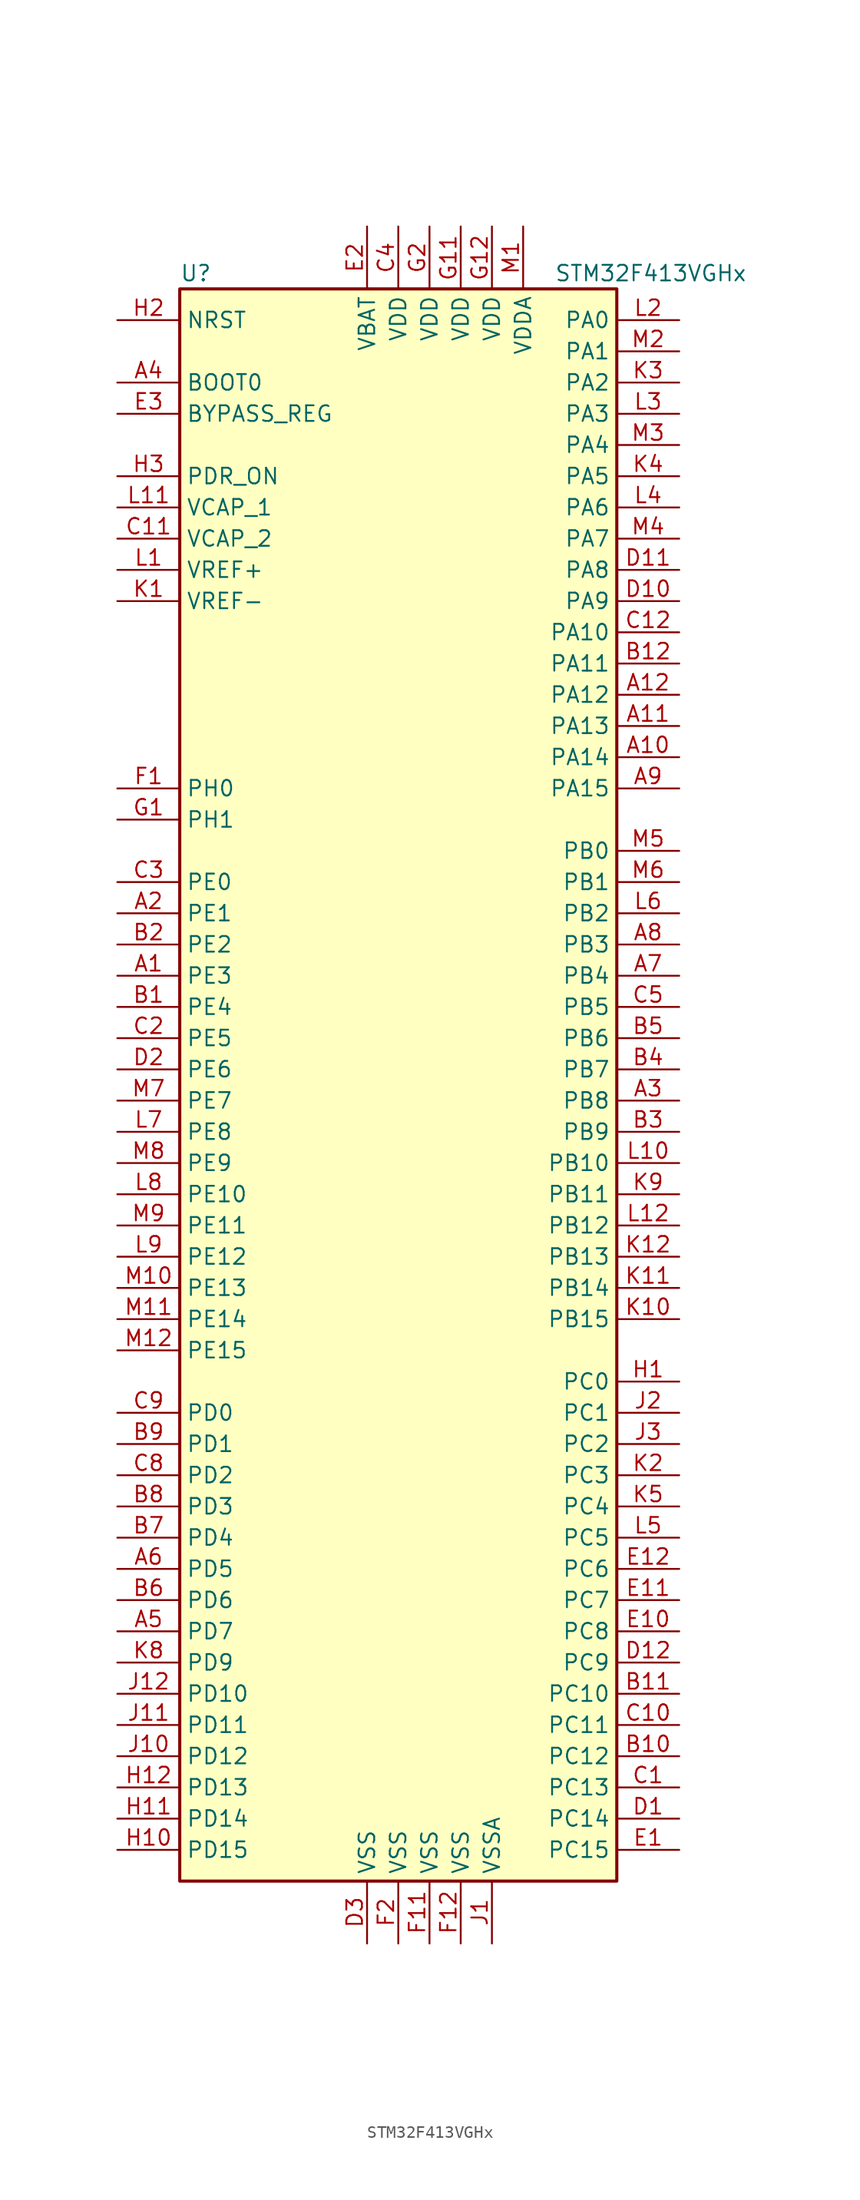
<source format=kicad_sym>
(kicad_symbol_lib
  (version 20220914)
  (generator kicad_symbol_editor)
  (symbol "STM32F413VGHx"
    (property "Reference" "U"
      (at -17.78 64.77 0)
      (effects (font (size 1.27 1.27)) (justify left)))
    (property "Value" "STM32F413VGHx"
      (at 12.7 64.77 0)
      (effects (font (size 1.27 1.27)) (justify left)))
    (symbol "STM32F413VGHx_0_1"
      (rectangle (start -17.78 -66.04) (end 17.78 63.5) (stroke (width 0.254) (type default)) (fill (type background))))
    (symbol "STM32F413VGHx_1_1"
      (pin bidirectional line (at -22.86 7.62 0) (length 5.08) (name "PE3" (effects (font (size 1.27 1.27)))) (number "A1" (effects (font (size 1.27 1.27)))))
      (pin bidirectional line (at 22.86 25.4 180) (length 5.08) (name "PA14" (effects (font (size 1.27 1.27)))) (number "A10" (effects (font (size 1.27 1.27)))))
      (pin bidirectional line (at 22.86 27.94 180) (length 5.08) (name "PA13" (effects (font (size 1.27 1.27)))) (number "A11" (effects (font (size 1.27 1.27)))))
      (pin bidirectional line (at 22.86 30.48 180) (length 5.08) (name "PA12" (effects (font (size 1.27 1.27)))) (number "A12" (effects (font (size 1.27 1.27)))))
      (pin bidirectional line (at -22.86 12.7 0) (length 5.08) (name "PE1" (effects (font (size 1.27 1.27)))) (number "A2" (effects (font (size 1.27 1.27)))))
      (pin bidirectional line (at 22.86 -2.54 180) (length 5.08) (name "PB8" (effects (font (size 1.27 1.27)))) (number "A3" (effects (font (size 1.27 1.27)))))
      (pin input line (at -22.86 55.88 0) (length 5.08) (name "BOOT0" (effects (font (size 1.27 1.27)))) (number "A4" (effects (font (size 1.27 1.27)))))
      (pin bidirectional line (at -22.86 -45.72 0) (length 5.08) (name "PD7" (effects (font (size 1.27 1.27)))) (number "A5" (effects (font (size 1.27 1.27)))))
      (pin bidirectional line (at -22.86 -40.64 0) (length 5.08) (name "PD5" (effects (font (size 1.27 1.27)))) (number "A6" (effects (font (size 1.27 1.27)))))
      (pin bidirectional line (at 22.86 7.62 180) (length 5.08) (name "PB4" (effects (font (size 1.27 1.27)))) (number "A7" (effects (font (size 1.27 1.27)))))
      (pin bidirectional line (at 22.86 10.16 180) (length 5.08) (name "PB3" (effects (font (size 1.27 1.27)))) (number "A8" (effects (font (size 1.27 1.27)))))
      (pin bidirectional line (at 22.86 22.86 180) (length 5.08) (name "PA15" (effects (font (size 1.27 1.27)))) (number "A9" (effects (font (size 1.27 1.27)))))
      (pin bidirectional line (at -22.86 5.08 0) (length 5.08) (name "PE4" (effects (font (size 1.27 1.27)))) (number "B1" (effects (font (size 1.27 1.27)))))
      (pin bidirectional line (at 22.86 -55.88 180) (length 5.08) (name "PC12" (effects (font (size 1.27 1.27)))) (number "B10" (effects (font (size 1.27 1.27)))))
      (pin bidirectional line (at 22.86 -50.8 180) (length 5.08) (name "PC10" (effects (font (size 1.27 1.27)))) (number "B11" (effects (font (size 1.27 1.27)))))
      (pin bidirectional line (at 22.86 33.02 180) (length 5.08) (name "PA11" (effects (font (size 1.27 1.27)))) (number "B12" (effects (font (size 1.27 1.27)))))
      (pin bidirectional line (at -22.86 10.16 0) (length 5.08) (name "PE2" (effects (font (size 1.27 1.27)))) (number "B2" (effects (font (size 1.27 1.27)))))
      (pin bidirectional line (at 22.86 -5.08 180) (length 5.08) (name "PB9" (effects (font (size 1.27 1.27)))) (number "B3" (effects (font (size 1.27 1.27)))))
      (pin bidirectional line (at 22.86 0 180) (length 5.08) (name "PB7" (effects (font (size 1.27 1.27)))) (number "B4" (effects (font (size 1.27 1.27)))))
      (pin bidirectional line (at 22.86 2.54 180) (length 5.08) (name "PB6" (effects (font (size 1.27 1.27)))) (number "B5" (effects (font (size 1.27 1.27)))))
      (pin bidirectional line (at -22.86 -43.18 0) (length 5.08) (name "PD6" (effects (font (size 1.27 1.27)))) (number "B6" (effects (font (size 1.27 1.27)))))
      (pin bidirectional line (at -22.86 -38.1 0) (length 5.08) (name "PD4" (effects (font (size 1.27 1.27)))) (number "B7" (effects (font (size 1.27 1.27)))))
      (pin bidirectional line (at -22.86 -35.56 0) (length 5.08) (name "PD3" (effects (font (size 1.27 1.27)))) (number "B8" (effects (font (size 1.27 1.27)))))
      (pin bidirectional line (at -22.86 -30.48 0) (length 5.08) (name "PD1" (effects (font (size 1.27 1.27)))) (number "B9" (effects (font (size 1.27 1.27)))))
      (pin bidirectional line (at 22.86 -58.42 180) (length 5.08) (name "PC13" (effects (font (size 1.27 1.27)))) (number "C1" (effects (font (size 1.27 1.27)))))
      (pin bidirectional line (at 22.86 -53.34 180) (length 5.08) (name "PC11" (effects (font (size 1.27 1.27)))) (number "C10" (effects (font (size 1.27 1.27)))))
      (pin power_in line (at -22.86 43.18 0) (length 5.08) (name "VCAP_2" (effects (font (size 1.27 1.27)))) (number "C11" (effects (font (size 1.27 1.27)))))
      (pin bidirectional line (at 22.86 35.56 180) (length 5.08) (name "PA10" (effects (font (size 1.27 1.27)))) (number "C12" (effects (font (size 1.27 1.27)))))
      (pin bidirectional line (at -22.86 2.54 0) (length 5.08) (name "PE5" (effects (font (size 1.27 1.27)))) (number "C2" (effects (font (size 1.27 1.27)))))
      (pin bidirectional line (at -22.86 15.24 0) (length 5.08) (name "PE0" (effects (font (size 1.27 1.27)))) (number "C3" (effects (font (size 1.27 1.27)))))
      (pin power_in line (at 0 68.58 270) (length 5.08) (name "VDD" (effects (font (size 1.27 1.27)))) (number "C4" (effects (font (size 1.27 1.27)))))
      (pin bidirectional line (at 22.86 5.08 180) (length 5.08) (name "PB5" (effects (font (size 1.27 1.27)))) (number "C5" (effects (font (size 1.27 1.27)))))
      (pin bidirectional line (at -22.86 -33.02 0) (length 5.08) (name "PD2" (effects (font (size 1.27 1.27)))) (number "C8" (effects (font (size 1.27 1.27)))))
      (pin bidirectional line (at -22.86 -27.94 0) (length 5.08) (name "PD0" (effects (font (size 1.27 1.27)))) (number "C9" (effects (font (size 1.27 1.27)))))
      (pin bidirectional line (at 22.86 -60.96 180) (length 5.08) (name "PC14" (effects (font (size 1.27 1.27)))) (number "D1" (effects (font (size 1.27 1.27)))))
      (pin bidirectional line (at 22.86 38.1 180) (length 5.08) (name "PA9" (effects (font (size 1.27 1.27)))) (number "D10" (effects (font (size 1.27 1.27)))))
      (pin bidirectional line (at 22.86 40.64 180) (length 5.08) (name "PA8" (effects (font (size 1.27 1.27)))) (number "D11" (effects (font (size 1.27 1.27)))))
      (pin bidirectional line (at 22.86 -48.26 180) (length 5.08) (name "PC9" (effects (font (size 1.27 1.27)))) (number "D12" (effects (font (size 1.27 1.27)))))
      (pin bidirectional line (at -22.86 0 0) (length 5.08) (name "PE6" (effects (font (size 1.27 1.27)))) (number "D2" (effects (font (size 1.27 1.27)))))
      (pin power_in line (at -2.54 -71.12 90) (length 5.08) (name "VSS" (effects (font (size 1.27 1.27)))) (number "D3" (effects (font (size 1.27 1.27)))))
      (pin bidirectional line (at 22.86 -63.5 180) (length 5.08) (name "PC15" (effects (font (size 1.27 1.27)))) (number "E1" (effects (font (size 1.27 1.27)))))
      (pin bidirectional line (at 22.86 -45.72 180) (length 5.08) (name "PC8" (effects (font (size 1.27 1.27)))) (number "E10" (effects (font (size 1.27 1.27)))))
      (pin bidirectional line (at 22.86 -43.18 180) (length 5.08) (name "PC7" (effects (font (size 1.27 1.27)))) (number "E11" (effects (font (size 1.27 1.27)))))
      (pin bidirectional line (at 22.86 -40.64 180) (length 5.08) (name "PC6" (effects (font (size 1.27 1.27)))) (number "E12" (effects (font (size 1.27 1.27)))))
      (pin power_in line (at -2.54 68.58 270) (length 5.08) (name "VBAT" (effects (font (size 1.27 1.27)))) (number "E2" (effects (font (size 1.27 1.27)))))
      (pin input line (at -22.86 53.34 0) (length 5.08) (name "BYPASS_REG" (effects (font (size 1.27 1.27)))) (number "E3" (effects (font (size 1.27 1.27)))))
      (pin input line (at -22.86 22.86 0) (length 5.08) (name "PH0" (effects (font (size 1.27 1.27)))) (number "F1" (effects (font (size 1.27 1.27)))))
      (pin power_in line (at 2.54 -71.12 90) (length 5.08) (name "VSS" (effects (font (size 1.27 1.27)))) (number "F11" (effects (font (size 1.27 1.27)))))
      (pin power_in line (at 5.08 -71.12 90) (length 5.08) (name "VSS" (effects (font (size 1.27 1.27)))) (number "F12" (effects (font (size 1.27 1.27)))))
      (pin power_in line (at 0 -71.12 90) (length 5.08) (name "VSS" (effects (font (size 1.27 1.27)))) (number "F2" (effects (font (size 1.27 1.27)))))
      (pin input line (at -22.86 20.32 0) (length 5.08) (name "PH1" (effects (font (size 1.27 1.27)))) (number "G1" (effects (font (size 1.27 1.27)))))
      (pin power_in line (at 5.08 68.58 270) (length 5.08) (name "VDD" (effects (font (size 1.27 1.27)))) (number "G11" (effects (font (size 1.27 1.27)))))
      (pin power_in line (at 7.62 68.58 270) (length 5.08) (name "VDD" (effects (font (size 1.27 1.27)))) (number "G12" (effects (font (size 1.27 1.27)))))
      (pin power_in line (at 2.54 68.58 270) (length 5.08) (name "VDD" (effects (font (size 1.27 1.27)))) (number "G2" (effects (font (size 1.27 1.27)))))
      (pin bidirectional line (at 22.86 -25.4 180) (length 5.08) (name "PC0" (effects (font (size 1.27 1.27)))) (number "H1" (effects (font (size 1.27 1.27)))))
      (pin bidirectional line (at -22.86 -63.5 0) (length 5.08) (name "PD15" (effects (font (size 1.27 1.27)))) (number "H10" (effects (font (size 1.27 1.27)))))
      (pin bidirectional line (at -22.86 -60.96 0) (length 5.08) (name "PD14" (effects (font (size 1.27 1.27)))) (number "H11" (effects (font (size 1.27 1.27)))))
      (pin bidirectional line (at -22.86 -58.42 0) (length 5.08) (name "PD13" (effects (font (size 1.27 1.27)))) (number "H12" (effects (font (size 1.27 1.27)))))
      (pin input line (at -22.86 60.96 0) (length 5.08) (name "NRST" (effects (font (size 1.27 1.27)))) (number "H2" (effects (font (size 1.27 1.27)))))
      (pin power_in line (at -22.86 48.26 0) (length 5.08) (name "PDR_ON" (effects (font (size 1.27 1.27)))) (number "H3" (effects (font (size 1.27 1.27)))))
      (pin power_in line (at 7.62 -71.12 90) (length 5.08) (name "VSSA" (effects (font (size 1.27 1.27)))) (number "J1" (effects (font (size 1.27 1.27)))))
      (pin bidirectional line (at -22.86 -55.88 0) (length 5.08) (name "PD12" (effects (font (size 1.27 1.27)))) (number "J10" (effects (font (size 1.27 1.27)))))
      (pin bidirectional line (at -22.86 -53.34 0) (length 5.08) (name "PD11" (effects (font (size 1.27 1.27)))) (number "J11" (effects (font (size 1.27 1.27)))))
      (pin bidirectional line (at -22.86 -50.8 0) (length 5.08) (name "PD10" (effects (font (size 1.27 1.27)))) (number "J12" (effects (font (size 1.27 1.27)))))
      (pin bidirectional line (at 22.86 -27.94 180) (length 5.08) (name "PC1" (effects (font (size 1.27 1.27)))) (number "J2" (effects (font (size 1.27 1.27)))))
      (pin bidirectional line (at 22.86 -30.48 180) (length 5.08) (name "PC2" (effects (font (size 1.27 1.27)))) (number "J3" (effects (font (size 1.27 1.27)))))
      (pin power_in line (at -22.86 38.1 0) (length 5.08) (name "VREF-" (effects (font (size 1.27 1.27)))) (number "K1" (effects (font (size 1.27 1.27)))))
      (pin bidirectional line (at 22.86 -20.32 180) (length 5.08) (name "PB15" (effects (font (size 1.27 1.27)))) (number "K10" (effects (font (size 1.27 1.27)))))
      (pin bidirectional line (at 22.86 -17.78 180) (length 5.08) (name "PB14" (effects (font (size 1.27 1.27)))) (number "K11" (effects (font (size 1.27 1.27)))))
      (pin bidirectional line (at 22.86 -15.24 180) (length 5.08) (name "PB13" (effects (font (size 1.27 1.27)))) (number "K12" (effects (font (size 1.27 1.27)))))
      (pin bidirectional line (at 22.86 -33.02 180) (length 5.08) (name "PC3" (effects (font (size 1.27 1.27)))) (number "K2" (effects (font (size 1.27 1.27)))))
      (pin bidirectional line (at 22.86 55.88 180) (length 5.08) (name "PA2" (effects (font (size 1.27 1.27)))) (number "K3" (effects (font (size 1.27 1.27)))))
      (pin bidirectional line (at 22.86 48.26 180) (length 5.08) (name "PA5" (effects (font (size 1.27 1.27)))) (number "K4" (effects (font (size 1.27 1.27)))))
      (pin bidirectional line (at 22.86 -35.56 180) (length 5.08) (name "PC4" (effects (font (size 1.27 1.27)))) (number "K5" (effects (font (size 1.27 1.27)))))
      (pin bidirectional line (at -22.86 -48.26 0) (length 5.08) (name "PD9" (effects (font (size 1.27 1.27)))) (number "K8" (effects (font (size 1.27 1.27)))))
      (pin bidirectional line (at 22.86 -10.16 180) (length 5.08) (name "PB11" (effects (font (size 1.27 1.27)))) (number "K9" (effects (font (size 1.27 1.27)))))
      (pin power_in line (at -22.86 40.64 0) (length 5.08) (name "VREF+" (effects (font (size 1.27 1.27)))) (number "L1" (effects (font (size 1.27 1.27)))))
      (pin bidirectional line (at 22.86 -7.62 180) (length 5.08) (name "PB10" (effects (font (size 1.27 1.27)))) (number "L10" (effects (font (size 1.27 1.27)))))
      (pin power_in line (at -22.86 45.72 0) (length 5.08) (name "VCAP_1" (effects (font (size 1.27 1.27)))) (number "L11" (effects (font (size 1.27 1.27)))))
      (pin bidirectional line (at 22.86 -12.7 180) (length 5.08) (name "PB12" (effects (font (size 1.27 1.27)))) (number "L12" (effects (font (size 1.27 1.27)))))
      (pin bidirectional line (at 22.86 60.96 180) (length 5.08) (name "PA0" (effects (font (size 1.27 1.27)))) (number "L2" (effects (font (size 1.27 1.27)))))
      (pin bidirectional line (at 22.86 53.34 180) (length 5.08) (name "PA3" (effects (font (size 1.27 1.27)))) (number "L3" (effects (font (size 1.27 1.27)))))
      (pin bidirectional line (at 22.86 45.72 180) (length 5.08) (name "PA6" (effects (font (size 1.27 1.27)))) (number "L4" (effects (font (size 1.27 1.27)))))
      (pin bidirectional line (at 22.86 -38.1 180) (length 5.08) (name "PC5" (effects (font (size 1.27 1.27)))) (number "L5" (effects (font (size 1.27 1.27)))))
      (pin bidirectional line (at 22.86 12.7 180) (length 5.08) (name "PB2" (effects (font (size 1.27 1.27)))) (number "L6" (effects (font (size 1.27 1.27)))))
      (pin bidirectional line (at -22.86 -5.08 0) (length 5.08) (name "PE8" (effects (font (size 1.27 1.27)))) (number "L7" (effects (font (size 1.27 1.27)))))
      (pin bidirectional line (at -22.86 -10.16 0) (length 5.08) (name "PE10" (effects (font (size 1.27 1.27)))) (number "L8" (effects (font (size 1.27 1.27)))))
      (pin bidirectional line (at -22.86 -15.24 0) (length 5.08) (name "PE12" (effects (font (size 1.27 1.27)))) (number "L9" (effects (font (size 1.27 1.27)))))
      (pin power_in line (at 10.16 68.58 270) (length 5.08) (name "VDDA" (effects (font (size 1.27 1.27)))) (number "M1" (effects (font (size 1.27 1.27)))))
      (pin bidirectional line (at -22.86 -17.78 0) (length 5.08) (name "PE13" (effects (font (size 1.27 1.27)))) (number "M10" (effects (font (size 1.27 1.27)))))
      (pin bidirectional line (at -22.86 -20.32 0) (length 5.08) (name "PE14" (effects (font (size 1.27 1.27)))) (number "M11" (effects (font (size 1.27 1.27)))))
      (pin bidirectional line (at -22.86 -22.86 0) (length 5.08) (name "PE15" (effects (font (size 1.27 1.27)))) (number "M12" (effects (font (size 1.27 1.27)))))
      (pin bidirectional line (at 22.86 58.42 180) (length 5.08) (name "PA1" (effects (font (size 1.27 1.27)))) (number "M2" (effects (font (size 1.27 1.27)))))
      (pin bidirectional line (at 22.86 50.8 180) (length 5.08) (name "PA4" (effects (font (size 1.27 1.27)))) (number "M3" (effects (font (size 1.27 1.27)))))
      (pin bidirectional line (at 22.86 43.18 180) (length 5.08) (name "PA7" (effects (font (size 1.27 1.27)))) (number "M4" (effects (font (size 1.27 1.27)))))
      (pin bidirectional line (at 22.86 17.78 180) (length 5.08) (name "PB0" (effects (font (size 1.27 1.27)))) (number "M5" (effects (font (size 1.27 1.27)))))
      (pin bidirectional line (at 22.86 15.24 180) (length 5.08) (name "PB1" (effects (font (size 1.27 1.27)))) (number "M6" (effects (font (size 1.27 1.27)))))
      (pin bidirectional line (at -22.86 -2.54 0) (length 5.08) (name "PE7" (effects (font (size 1.27 1.27)))) (number "M7" (effects (font (size 1.27 1.27)))))
      (pin bidirectional line (at -22.86 -7.62 0) (length 5.08) (name "PE9" (effects (font (size 1.27 1.27)))) (number "M8" (effects (font (size 1.27 1.27)))))
      (pin bidirectional line (at -22.86 -12.7 0) (length 5.08) (name "PE11" (effects (font (size 1.27 1.27)))) (number "M9" (effects (font (size 1.27 1.27))))))))
</source>
